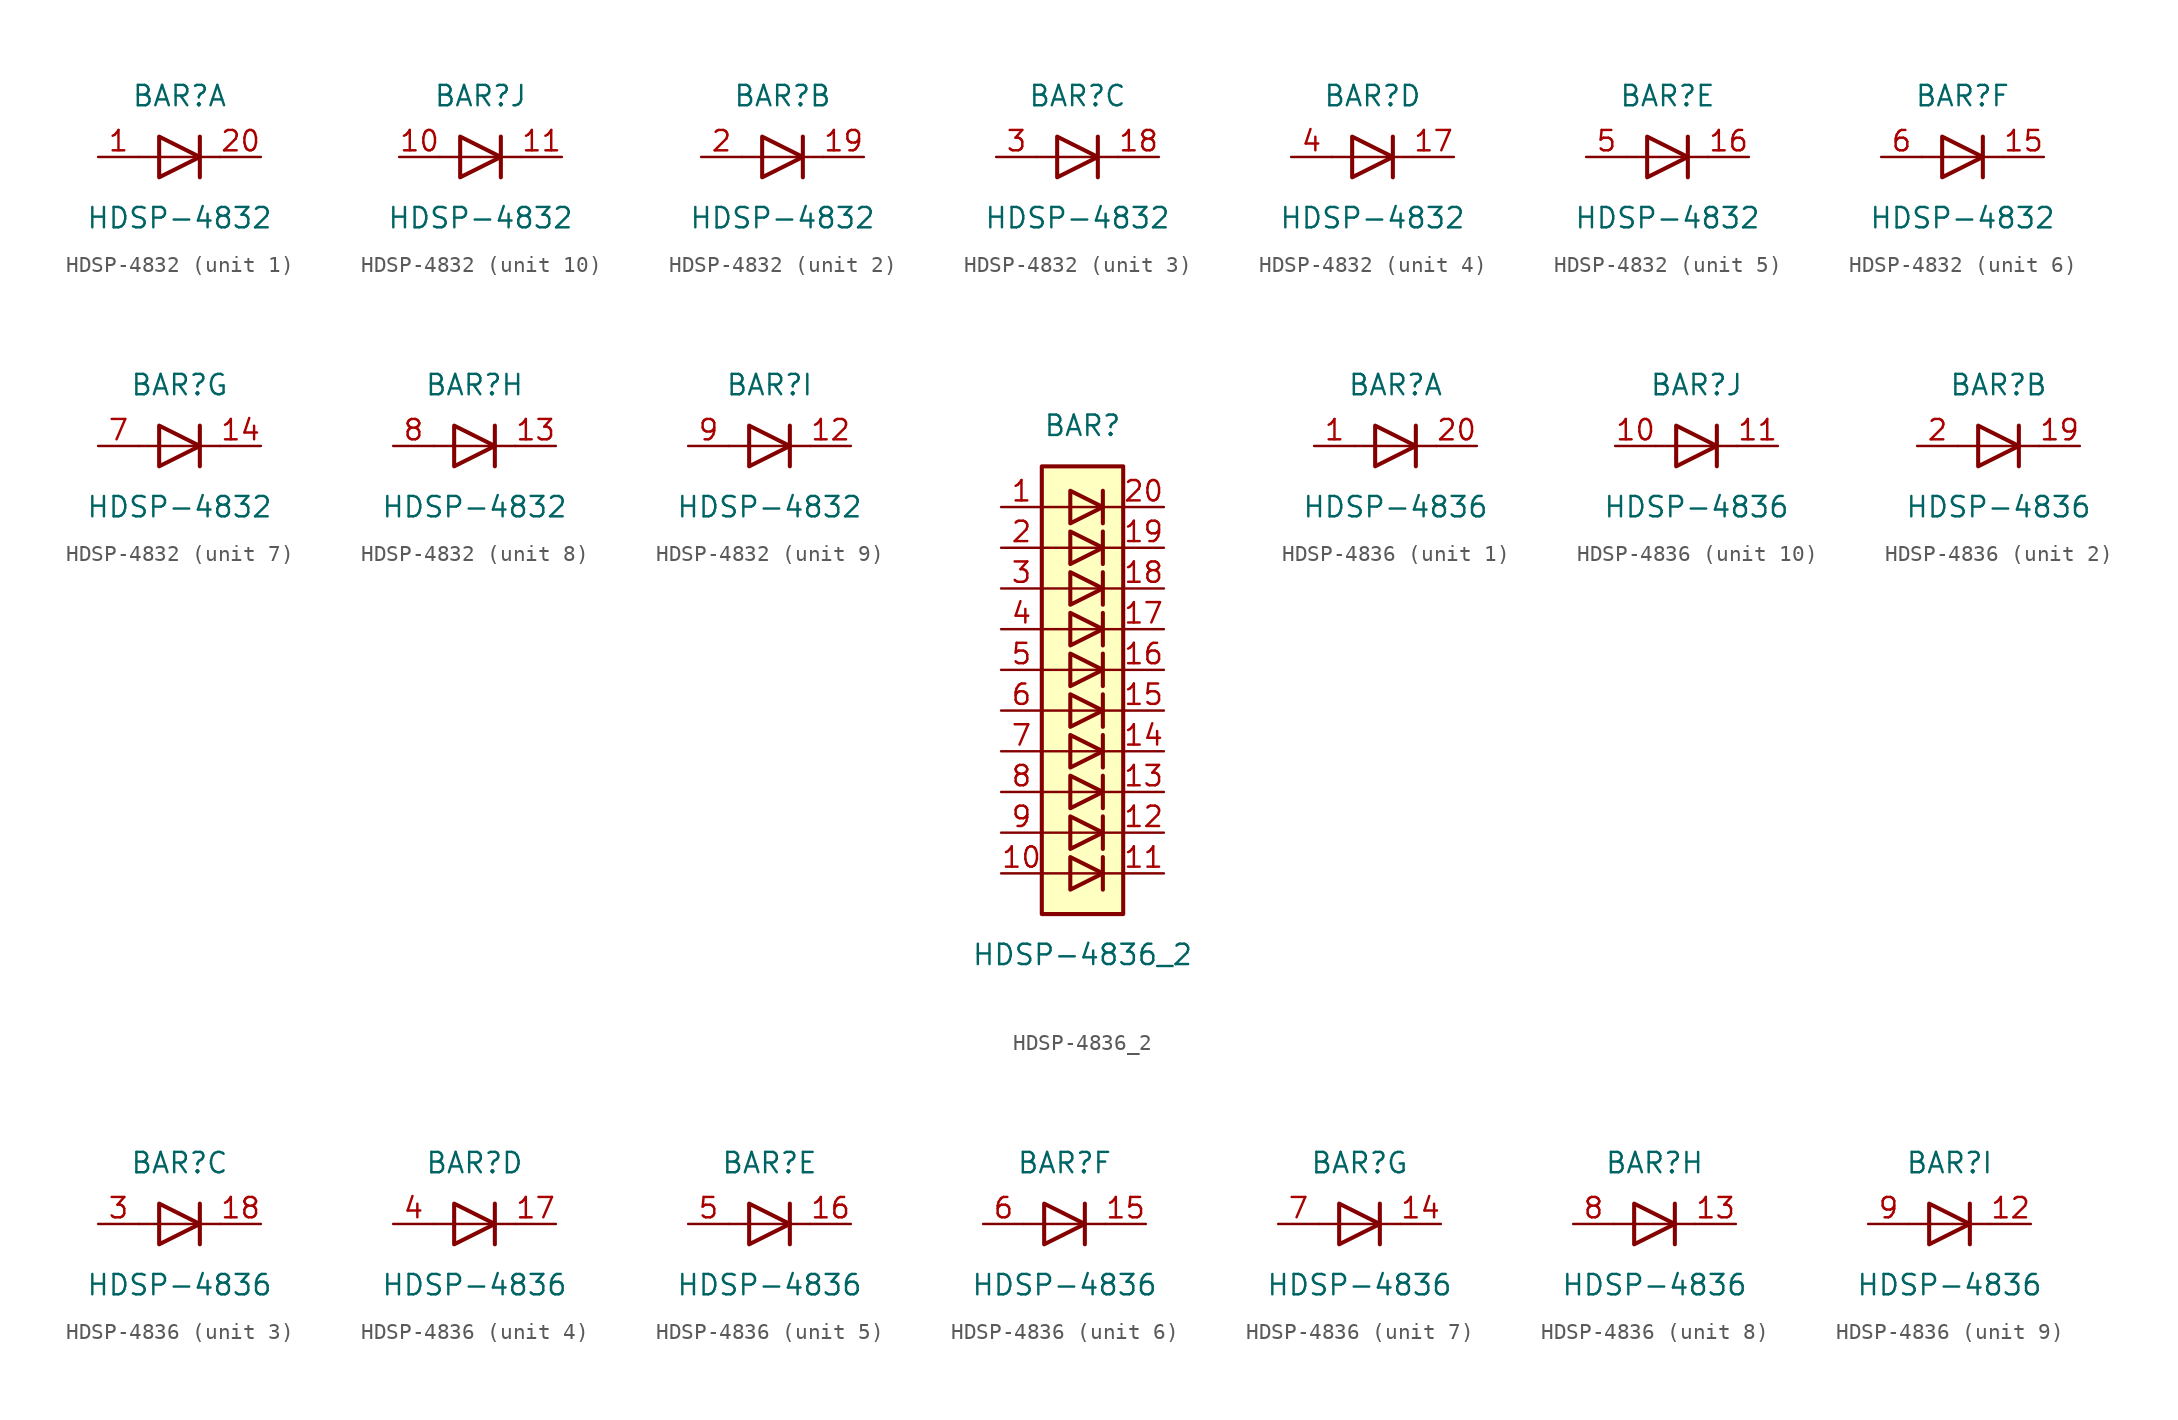
<source format=kicad_sym>
(kicad_symbol_lib
  (version 20211014)
  (generator kicad_symbol_editor)
  (symbol "HDSP-4832"
    (pin_names
      (offset 1.016) hide)
    (property "Reference" "BAR"
      (at 0 3.81 0)
      (effects (font (size 1.27 1.27))))
    (property "Value" "HDSP-4832"
      (at 0 -3.81 0)
      (effects (font (size 1.27 1.27))))
    (symbol "HDSP-4832_0_1"
      (polyline (pts (xy -2.54 0) (xy 2.54 0)) (stroke (width 0) (type default) (color 0 0 0 0)) (fill (type none)))
      (polyline (pts (xy 1.27 -1.27) (xy 1.27 1.27)) (stroke (width 0.254) (type default) (color 0 0 0 0)) (fill (type none)))
      (polyline (pts (xy -1.27 1.27) (xy -1.27 -1.27) (xy 1.27 0) (xy -1.27 1.27)) (stroke (width 0.254) (type default) (color 0 0 0 0)) (fill (type none))))
    (symbol "HDSP-4832_1_1"
      (pin passive line (at -5.08 0 0) (length 2.54) (name "A" (effects (font (size 1.27 1.27)))) (number "1" (effects (font (size 1.27 1.27)))))
      (pin passive line (at 5.08 0 180) (length 2.54) (name "K" (effects (font (size 1.27 1.27)))) (number "20" (effects (font (size 1.27 1.27))))))
    (symbol "HDSP-4832_2_1"
      (pin passive line (at 5.08 0 180) (length 2.54) (name "K" (effects (font (size 1.27 1.27)))) (number "19" (effects (font (size 1.27 1.27)))))
      (pin passive line (at -5.08 0 0) (length 2.54) (name "A" (effects (font (size 1.27 1.27)))) (number "2" (effects (font (size 1.27 1.27))))))
    (symbol "HDSP-4832_3_1"
      (pin passive line (at 5.08 0 180) (length 2.54) (name "K" (effects (font (size 1.27 1.27)))) (number "18" (effects (font (size 1.27 1.27)))))
      (pin passive line (at -5.08 0 0) (length 2.54) (name "A" (effects (font (size 1.27 1.27)))) (number "3" (effects (font (size 1.27 1.27))))))
    (symbol "HDSP-4832_4_1"
      (pin passive line (at 5.08 0 180) (length 2.54) (name "K" (effects (font (size 1.27 1.27)))) (number "17" (effects (font (size 1.27 1.27)))))
      (pin passive line (at -5.08 0 0) (length 2.54) (name "A" (effects (font (size 1.27 1.27)))) (number "4" (effects (font (size 1.27 1.27))))))
    (symbol "HDSP-4832_5_1"
      (pin passive line (at 5.08 0 180) (length 2.54) (name "K" (effects (font (size 1.27 1.27)))) (number "16" (effects (font (size 1.27 1.27)))))
      (pin passive line (at -5.08 0 0) (length 2.54) (name "A" (effects (font (size 1.27 1.27)))) (number "5" (effects (font (size 1.27 1.27))))))
    (symbol "HDSP-4832_6_1"
      (pin passive line (at 5.08 0 180) (length 2.54) (name "K" (effects (font (size 1.27 1.27)))) (number "15" (effects (font (size 1.27 1.27)))))
      (pin passive line (at -5.08 0 0) (length 2.54) (name "A" (effects (font (size 1.27 1.27)))) (number "6" (effects (font (size 1.27 1.27))))))
    (symbol "HDSP-4832_7_1"
      (pin passive line (at 5.08 0 180) (length 2.54) (name "K" (effects (font (size 1.27 1.27)))) (number "14" (effects (font (size 1.27 1.27)))))
      (pin passive line (at -5.08 0 0) (length 2.54) (name "A" (effects (font (size 1.27 1.27)))) (number "7" (effects (font (size 1.27 1.27))))))
    (symbol "HDSP-4832_8_1"
      (pin passive line (at 5.08 0 180) (length 2.54) (name "K" (effects (font (size 1.27 1.27)))) (number "13" (effects (font (size 1.27 1.27)))))
      (pin passive line (at -5.08 0 0) (length 2.54) (name "A" (effects (font (size 1.27 1.27)))) (number "8" (effects (font (size 1.27 1.27))))))
    (symbol "HDSP-4832_9_1"
      (pin passive line (at 5.08 0 180) (length 2.54) (name "K" (effects (font (size 1.27 1.27)))) (number "12" (effects (font (size 1.27 1.27)))))
      (pin passive line (at -5.08 0 0) (length 2.54) (name "A" (effects (font (size 1.27 1.27)))) (number "9" (effects (font (size 1.27 1.27))))))
    (symbol "HDSP-4832_10_1"
      (pin passive line (at -5.08 0 0) (length 2.54) (name "A" (effects (font (size 1.27 1.27)))) (number "10" (effects (font (size 1.27 1.27)))))
      (pin passive line (at 5.08 0 180) (length 2.54) (name "K" (effects (font (size 1.27 1.27)))) (number "11" (effects (font (size 1.27 1.27)))))))
  (symbol "HDSP-4836_2"
    (pin_names
      (offset 1.016) hide)
    (property "Reference" "BAR"
      (at 0 15.24 0)
      (effects (font (size 1.27 1.27))))
    (property "Value" "HDSP-4836_2"
      (at 0 -17.78 0)
      (effects (font (size 1.27 1.27))))
    (symbol "HDSP-4836_2_0_1"
      (rectangle (start -2.54 12.7) (end 2.54 -15.24) (stroke (width 0.254) (type default) (color 0 0 0 0)) (fill (type background)))
      (polyline (pts (xy -2.54 -12.7) (xy 2.54 -12.7)) (stroke (width 0) (type default) (color 0 0 0 0)) (fill (type none)))
      (polyline (pts (xy -2.54 -10.16) (xy 2.54 -10.16)) (stroke (width 0) (type default) (color 0 0 0 0)) (fill (type none)))
      (polyline (pts (xy -2.54 -7.62) (xy 2.54 -7.62)) (stroke (width 0) (type default) (color 0 0 0 0)) (fill (type none)))
      (polyline (pts (xy -2.54 -5.08) (xy 2.54 -5.08)) (stroke (width 0) (type default) (color 0 0 0 0)) (fill (type none)))
      (polyline (pts (xy -2.54 0) (xy 2.54 0)) (stroke (width 0) (type default) (color 0 0 0 0)) (fill (type none)))
      (polyline (pts (xy -2.54 5.08) (xy 2.54 5.08)) (stroke (width 0) (type default) (color 0 0 0 0)) (fill (type none)))
      (polyline (pts (xy -2.54 7.62) (xy 2.54 7.62)) (stroke (width 0) (type default) (color 0 0 0 0)) (fill (type none)))
      (polyline (pts (xy -2.54 10.16) (xy 2.54 10.16)) (stroke (width 0) (type default) (color 0 0 0 0)) (fill (type none)))
      (polyline (pts (xy 1.27 -11.684) (xy 1.27 -13.716)) (stroke (width 0.254) (type default) (color 0 0 0 0)) (fill (type none)))
      (polyline (pts (xy 1.27 -9.144) (xy 1.27 -11.176)) (stroke (width 0.254) (type default) (color 0 0 0 0)) (fill (type none)))
      (polyline (pts (xy 1.27 -6.604) (xy 1.27 -8.636)) (stroke (width 0.254) (type default) (color 0 0 0 0)) (fill (type none)))
      (polyline (pts (xy 1.27 -4.064) (xy 1.27 -6.096)) (stroke (width 0.254) (type default) (color 0 0 0 0)) (fill (type none)))
      (polyline (pts (xy 1.27 -1.524) (xy 1.27 -3.556)) (stroke (width 0.254) (type default) (color 0 0 0 0)) (fill (type none)))
      (polyline (pts (xy 1.27 1.016) (xy 1.27 -1.016)) (stroke (width 0.254) (type default) (color 0 0 0 0)) (fill (type none)))
      (polyline (pts (xy 1.27 3.556) (xy 1.27 1.524)) (stroke (width 0.254) (type default) (color 0 0 0 0)) (fill (type none)))
      (polyline (pts (xy 1.27 6.096) (xy 1.27 4.064)) (stroke (width 0.254) (type default) (color 0 0 0 0)) (fill (type none)))
      (polyline (pts (xy 1.27 8.636) (xy 1.27 6.604)) (stroke (width 0.254) (type default) (color 0 0 0 0)) (fill (type none)))
      (polyline (pts (xy 1.27 11.176) (xy 1.27 9.144)) (stroke (width 0.254) (type default) (color 0 0 0 0)) (fill (type none)))
      (polyline (pts (xy 2.54 -2.54) (xy -2.54 -2.54)) (stroke (width 0) (type default) (color 0 0 0 0)) (fill (type none)))
      (polyline (pts (xy 2.54 2.54) (xy -2.54 2.54)) (stroke (width 0) (type default) (color 0 0 0 0)) (fill (type none)))
      (polyline (pts (xy -0.762 -11.684) (xy -0.762 -13.716) (xy 1.27 -12.7) (xy -0.762 -11.684)) (stroke (width 0.254) (type default) (color 0 0 0 0)) (fill (type none)))
      (polyline (pts (xy -0.762 -9.144) (xy -0.762 -11.176) (xy 1.27 -10.16) (xy -0.762 -9.144)) (stroke (width 0.254) (type default) (color 0 0 0 0)) (fill (type none)))
      (polyline (pts (xy -0.762 -6.604) (xy -0.762 -8.636) (xy 1.27 -7.62) (xy -0.762 -6.604)) (stroke (width 0.254) (type default) (color 0 0 0 0)) (fill (type none)))
      (polyline (pts (xy -0.762 -4.064) (xy -0.762 -6.096) (xy 1.27 -5.08) (xy -0.762 -4.064)) (stroke (width 0.254) (type default) (color 0 0 0 0)) (fill (type none)))
      (polyline (pts (xy -0.762 -1.524) (xy -0.762 -3.556) (xy 1.27 -2.54) (xy -0.762 -1.524)) (stroke (width 0.254) (type default) (color 0 0 0 0)) (fill (type none)))
      (polyline (pts (xy -0.762 1.016) (xy -0.762 -1.016) (xy 1.27 0) (xy -0.762 1.016)) (stroke (width 0.254) (type default) (color 0 0 0 0)) (fill (type none)))
      (polyline (pts (xy -0.762 3.556) (xy -0.762 1.524) (xy 1.27 2.54) (xy -0.762 3.556)) (stroke (width 0.254) (type default) (color 0 0 0 0)) (fill (type none)))
      (polyline (pts (xy -0.762 6.096) (xy -0.762 4.064) (xy 1.27 5.08) (xy -0.762 6.096)) (stroke (width 0.254) (type default) (color 0 0 0 0)) (fill (type none)))
      (polyline (pts (xy -0.762 8.636) (xy -0.762 6.604) (xy 1.27 7.62) (xy -0.762 8.636)) (stroke (width 0.254) (type default) (color 0 0 0 0)) (fill (type none)))
      (polyline (pts (xy -0.762 11.176) (xy -0.762 9.144) (xy 1.27 10.16) (xy -0.762 11.176)) (stroke (width 0.254) (type default) (color 0 0 0 0)) (fill (type none))))
    (symbol "HDSP-4836_2_1_1"
      (pin passive line (at -5.08 10.16 0) (length 2.54) (name "A" (effects (font (size 1.27 1.27)))) (number "1" (effects (font (size 1.27 1.27)))))
      (pin passive line (at -5.08 -12.7 0) (length 2.54) (name "A" (effects (font (size 1.27 1.27)))) (number "10" (effects (font (size 1.27 1.27)))))
      (pin passive line (at 5.08 -12.7 180) (length 2.54) (name "K" (effects (font (size 1.27 1.27)))) (number "11" (effects (font (size 1.27 1.27)))))
      (pin passive line (at 5.08 -10.16 180) (length 2.54) (name "K" (effects (font (size 1.27 1.27)))) (number "12" (effects (font (size 1.27 1.27)))))
      (pin passive line (at 5.08 -7.62 180) (length 2.54) (name "K" (effects (font (size 1.27 1.27)))) (number "13" (effects (font (size 1.27 1.27)))))
      (pin passive line (at 5.08 -5.08 180) (length 2.54) (name "K" (effects (font (size 1.27 1.27)))) (number "14" (effects (font (size 1.27 1.27)))))
      (pin passive line (at 5.08 -2.54 180) (length 2.54) (name "K" (effects (font (size 1.27 1.27)))) (number "15" (effects (font (size 1.27 1.27)))))
      (pin passive line (at 5.08 0 180) (length 2.54) (name "K" (effects (font (size 1.27 1.27)))) (number "16" (effects (font (size 1.27 1.27)))))
      (pin passive line (at 5.08 2.54 180) (length 2.54) (name "K" (effects (font (size 1.27 1.27)))) (number "17" (effects (font (size 1.27 1.27)))))
      (pin passive line (at 5.08 5.08 180) (length 2.54) (name "K" (effects (font (size 1.27 1.27)))) (number "18" (effects (font (size 1.27 1.27)))))
      (pin passive line (at 5.08 7.62 180) (length 2.54) (name "K" (effects (font (size 1.27 1.27)))) (number "19" (effects (font (size 1.27 1.27)))))
      (pin passive line (at -5.08 7.62 0) (length 2.54) (name "A" (effects (font (size 1.27 1.27)))) (number "2" (effects (font (size 1.27 1.27)))))
      (pin passive line (at 5.08 10.16 180) (length 2.54) (name "K" (effects (font (size 1.27 1.27)))) (number "20" (effects (font (size 1.27 1.27)))))
      (pin passive line (at -5.08 5.08 0) (length 2.54) (name "A" (effects (font (size 1.27 1.27)))) (number "3" (effects (font (size 1.27 1.27)))))
      (pin passive line (at -5.08 2.54 0) (length 2.54) (name "A" (effects (font (size 1.27 1.27)))) (number "4" (effects (font (size 1.27 1.27)))))
      (pin passive line (at -5.08 0 0) (length 2.54) (name "A" (effects (font (size 1.27 1.27)))) (number "5" (effects (font (size 1.27 1.27)))))
      (pin passive line (at -5.08 -2.54 0) (length 2.54) (name "A" (effects (font (size 1.27 1.27)))) (number "6" (effects (font (size 1.27 1.27)))))
      (pin passive line (at -5.08 -5.08 0) (length 2.54) (name "A" (effects (font (size 1.27 1.27)))) (number "7" (effects (font (size 1.27 1.27)))))
      (pin passive line (at -5.08 -7.62 0) (length 2.54) (name "A" (effects (font (size 1.27 1.27)))) (number "8" (effects (font (size 1.27 1.27)))))
      (pin passive line (at -5.08 -10.16 0) (length 2.54) (name "A" (effects (font (size 1.27 1.27)))) (number "9" (effects (font (size 1.27 1.27)))))))
  (symbol "HDSP-4836"
    (pin_names
      (offset 1.016) hide)
    (property "Reference" "BAR"
      (at 0 3.81 0)
      (effects (font (size 1.27 1.27))))
    (property "Value" "HDSP-4836"
      (at 0 -3.81 0)
      (effects (font (size 1.27 1.27))))
    (symbol "HDSP-4836_0_1"
      (polyline (pts (xy -2.54 0) (xy 2.54 0)) (stroke (width 0) (type default) (color 0 0 0 0)) (fill (type none)))
      (polyline (pts (xy 1.27 -1.27) (xy 1.27 1.27)) (stroke (width 0.254) (type default) (color 0 0 0 0)) (fill (type none)))
      (polyline (pts (xy -1.27 1.27) (xy -1.27 -1.27) (xy 1.27 0) (xy -1.27 1.27)) (stroke (width 0.254) (type default) (color 0 0 0 0)) (fill (type none))))
    (symbol "HDSP-4836_1_1"
      (pin passive line (at -5.08 0 0) (length 2.54) (name "A" (effects (font (size 1.27 1.27)))) (number "1" (effects (font (size 1.27 1.27)))))
      (pin passive line (at 5.08 0 180) (length 2.54) (name "K" (effects (font (size 1.27 1.27)))) (number "20" (effects (font (size 1.27 1.27))))))
    (symbol "HDSP-4836_2_1"
      (pin passive line (at 5.08 0 180) (length 2.54) (name "K" (effects (font (size 1.27 1.27)))) (number "19" (effects (font (size 1.27 1.27)))))
      (pin passive line (at -5.08 0 0) (length 2.54) (name "A" (effects (font (size 1.27 1.27)))) (number "2" (effects (font (size 1.27 1.27))))))
    (symbol "HDSP-4836_3_1"
      (pin passive line (at 5.08 0 180) (length 2.54) (name "K" (effects (font (size 1.27 1.27)))) (number "18" (effects (font (size 1.27 1.27)))))
      (pin passive line (at -5.08 0 0) (length 2.54) (name "A" (effects (font (size 1.27 1.27)))) (number "3" (effects (font (size 1.27 1.27))))))
    (symbol "HDSP-4836_4_1"
      (pin passive line (at 5.08 0 180) (length 2.54) (name "K" (effects (font (size 1.27 1.27)))) (number "17" (effects (font (size 1.27 1.27)))))
      (pin passive line (at -5.08 0 0) (length 2.54) (name "A" (effects (font (size 1.27 1.27)))) (number "4" (effects (font (size 1.27 1.27))))))
    (symbol "HDSP-4836_5_1"
      (pin passive line (at 5.08 0 180) (length 2.54) (name "K" (effects (font (size 1.27 1.27)))) (number "16" (effects (font (size 1.27 1.27)))))
      (pin passive line (at -5.08 0 0) (length 2.54) (name "A" (effects (font (size 1.27 1.27)))) (number "5" (effects (font (size 1.27 1.27))))))
    (symbol "HDSP-4836_6_1"
      (pin passive line (at 5.08 0 180) (length 2.54) (name "K" (effects (font (size 1.27 1.27)))) (number "15" (effects (font (size 1.27 1.27)))))
      (pin passive line (at -5.08 0 0) (length 2.54) (name "A" (effects (font (size 1.27 1.27)))) (number "6" (effects (font (size 1.27 1.27))))))
    (symbol "HDSP-4836_7_1"
      (pin passive line (at 5.08 0 180) (length 2.54) (name "K" (effects (font (size 1.27 1.27)))) (number "14" (effects (font (size 1.27 1.27)))))
      (pin passive line (at -5.08 0 0) (length 2.54) (name "A" (effects (font (size 1.27 1.27)))) (number "7" (effects (font (size 1.27 1.27))))))
    (symbol "HDSP-4836_8_1"
      (pin passive line (at 5.08 0 180) (length 2.54) (name "K" (effects (font (size 1.27 1.27)))) (number "13" (effects (font (size 1.27 1.27)))))
      (pin passive line (at -5.08 0 0) (length 2.54) (name "A" (effects (font (size 1.27 1.27)))) (number "8" (effects (font (size 1.27 1.27))))))
    (symbol "HDSP-4836_9_1"
      (pin passive line (at 5.08 0 180) (length 2.54) (name "K" (effects (font (size 1.27 1.27)))) (number "12" (effects (font (size 1.27 1.27)))))
      (pin passive line (at -5.08 0 0) (length 2.54) (name "A" (effects (font (size 1.27 1.27)))) (number "9" (effects (font (size 1.27 1.27))))))
    (symbol "HDSP-4836_10_1"
      (pin passive line (at -5.08 0 0) (length 2.54) (name "A" (effects (font (size 1.27 1.27)))) (number "10" (effects (font (size 1.27 1.27)))))
      (pin passive line (at 5.08 0 180) (length 2.54) (name "K" (effects (font (size 1.27 1.27)))) (number "11" (effects (font (size 1.27 1.27))))))))
</source>
